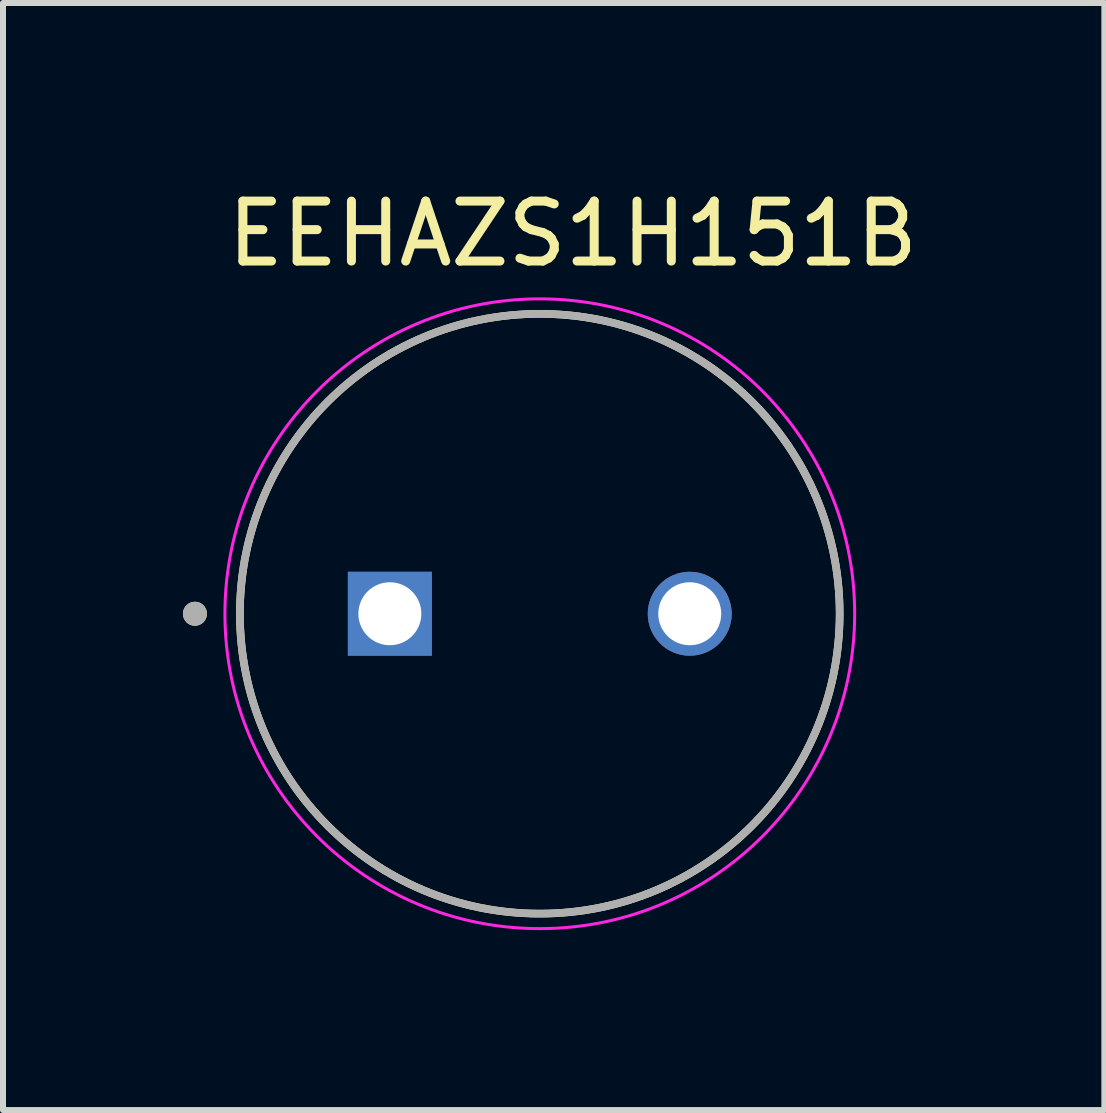
<source format=kicad_pcb>
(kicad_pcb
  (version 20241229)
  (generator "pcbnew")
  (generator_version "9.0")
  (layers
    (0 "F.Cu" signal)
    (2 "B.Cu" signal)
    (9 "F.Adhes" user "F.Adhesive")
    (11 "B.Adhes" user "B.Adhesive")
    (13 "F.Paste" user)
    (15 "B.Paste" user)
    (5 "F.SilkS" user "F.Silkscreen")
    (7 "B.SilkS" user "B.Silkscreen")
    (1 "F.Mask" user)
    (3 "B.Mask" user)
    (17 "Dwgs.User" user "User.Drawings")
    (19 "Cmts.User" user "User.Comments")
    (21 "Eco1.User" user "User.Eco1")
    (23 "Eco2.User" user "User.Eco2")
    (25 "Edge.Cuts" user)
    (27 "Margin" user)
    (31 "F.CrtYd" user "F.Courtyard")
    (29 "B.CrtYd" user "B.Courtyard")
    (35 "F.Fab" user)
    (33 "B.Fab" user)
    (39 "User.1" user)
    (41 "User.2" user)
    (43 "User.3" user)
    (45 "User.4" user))
  (footprint "EEHAZS1H151B"
    (layer "F.Cu")
    (at 5.95 7.183)
    (property "Reference" "EEHAZS1H151B" (at 0.55 -6.335 0) (layer "F.SilkS") (effects (font (size 1 1) (thickness 0.15))))
    (attr through_hole)
    (fp_circle (center -5.75 0) (end -5.65 0) (stroke (width 0.2) (type solid)) (fill no) (layer "F.SilkS"))
    (fp_circle (center 0 0) (end 5 0) (stroke (width 0.127) (type solid)) (fill no) (layer "F.SilkS"))
    (fp_circle (center 0 0) (end 5.25 0) (stroke (width 0.05) (type solid)) (fill no) (layer "F.CrtYd"))
    (fp_circle (center -5.75 0) (end -5.65 0) (stroke (width 0.2) (type solid)) (fill no) (layer "F.Fab"))
    (fp_circle (center 0 0) (end 5 0) (stroke (width 0.127) (type solid)) (fill no) (layer "F.Fab"))
    (pad "N" thru_hole circle (at 2.5 0) (size 1.4 1.4) (drill 1.05) (layers "*.Cu" "*.Mask"))
    (pad "P" thru_hole rect (at -2.5 0) (size 1.4 1.4) (drill 1.05) (layers "*.Cu" "*.Mask")))
  (gr_rect
    (start -3 -3)
    (end 15.363 15.458)
    (stroke (width 0.1) (type default))
    (fill no)
    (layer "Edge.Cuts")))
</source>
